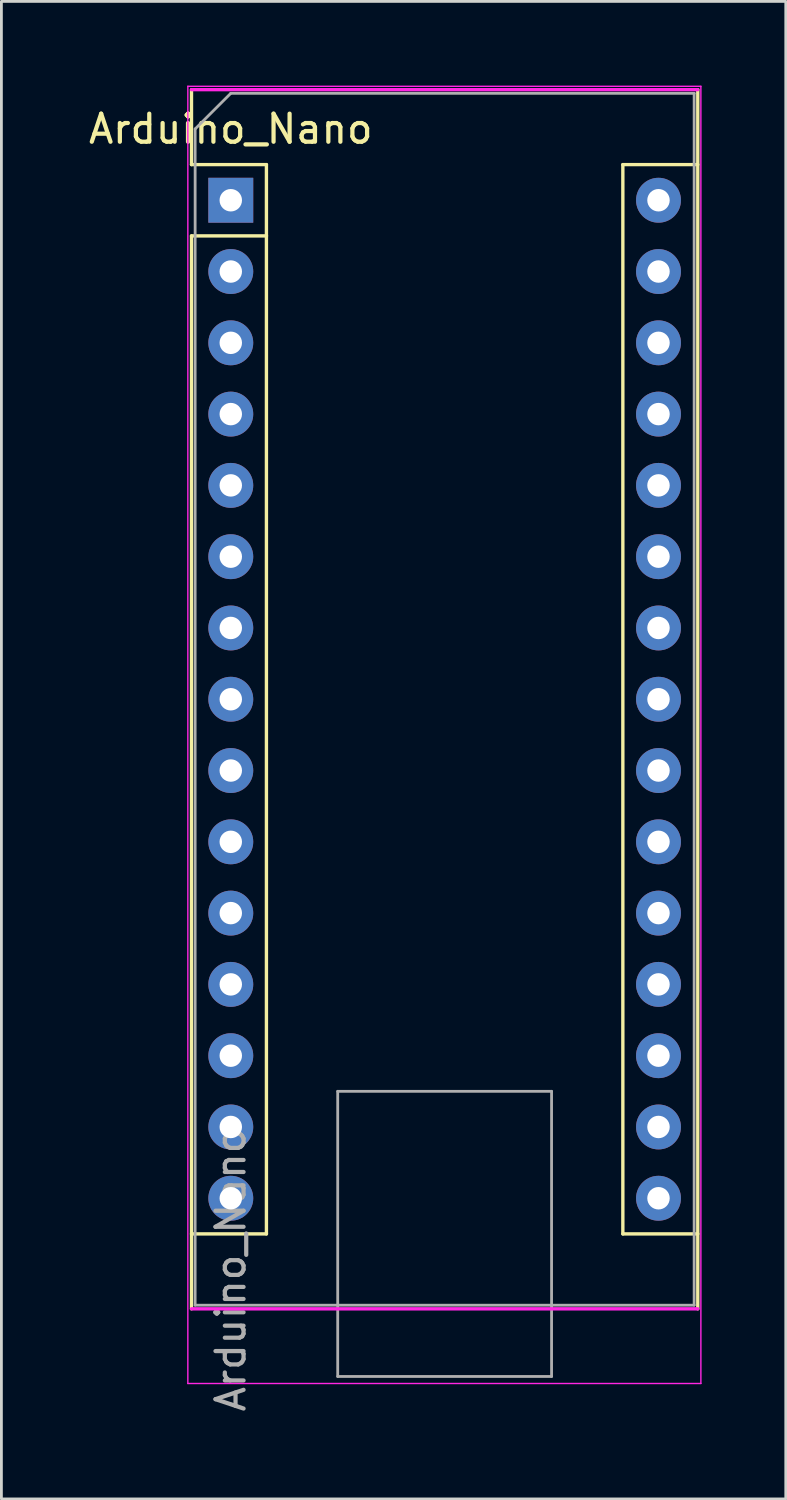
<source format=kicad_pcb>
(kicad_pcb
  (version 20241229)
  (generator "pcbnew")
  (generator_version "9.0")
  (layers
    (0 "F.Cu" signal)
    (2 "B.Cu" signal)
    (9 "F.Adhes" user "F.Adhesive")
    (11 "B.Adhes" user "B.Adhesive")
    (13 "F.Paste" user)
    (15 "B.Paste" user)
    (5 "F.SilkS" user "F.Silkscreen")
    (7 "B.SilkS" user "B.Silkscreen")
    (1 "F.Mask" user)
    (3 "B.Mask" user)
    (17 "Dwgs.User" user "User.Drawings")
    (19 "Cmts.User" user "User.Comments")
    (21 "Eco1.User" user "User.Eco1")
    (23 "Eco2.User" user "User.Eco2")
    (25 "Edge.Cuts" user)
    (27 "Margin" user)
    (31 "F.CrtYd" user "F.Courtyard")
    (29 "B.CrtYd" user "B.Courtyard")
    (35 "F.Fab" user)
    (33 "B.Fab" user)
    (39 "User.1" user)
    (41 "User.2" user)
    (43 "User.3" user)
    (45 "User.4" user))
  (footprint "Arduino_Nano"
    (layer "F.Cu")
    (at 5.173 4.085)
    (property "Reference" "Arduino_Nano" (at 0 -2.54 0) (layer "F.SilkS") (effects (font (size 1 1) (thickness 0.15))))
    (attr through_hole)
    (fp_line (start -1.4 -3.94) (end -1.4 -1.27) (stroke (width 0.12) (type solid)) (layer "F.SilkS"))
    (fp_line (start -1.4 1.27) (end -1.4 39.5) (stroke (width 0.12) (type solid)) (layer "F.SilkS"))
    (fp_line (start 1.27 -1.27) (end -1.4 -1.27) (stroke (width 0.12) (type solid)) (layer "F.SilkS"))
    (fp_line (start 1.27 1.27) (end -1.4 1.27) (stroke (width 0.12) (type solid)) (layer "F.SilkS"))
    (fp_line (start 1.27 1.27) (end 1.27 -1.27) (stroke (width 0.12) (type solid)) (layer "F.SilkS"))
    (fp_line (start 1.27 1.27) (end 1.27 36.83) (stroke (width 0.12) (type solid)) (layer "F.SilkS"))
    (fp_line (start 1.27 36.83) (end -1.4 36.83) (stroke (width 0.12) (type solid)) (layer "F.SilkS"))
    (fp_line (start 13.97 -1.27) (end 13.97 36.83) (stroke (width 0.12) (type solid)) (layer "F.SilkS"))
    (fp_line (start 13.97 -1.27) (end 16.64 -1.27) (stroke (width 0.12) (type solid)) (layer "F.SilkS"))
    (fp_line (start 13.97 36.83) (end 16.64 36.83) (stroke (width 0.12) (type solid)) (layer "F.SilkS"))
    (fp_line (start 16.64 39.5) (end 16.64 -3.94) (stroke (width 0.12) (type solid)) (layer "F.SilkS"))
    (fp_line (start -1.53 -4.06) (end -1.53 42.16) (stroke (width 0.05) (type solid)) (layer "F.CrtYd"))
    (fp_line (start -1.53 -4.06) (end 16.75 -4.06) (stroke (width 0.05) (type solid)) (layer "F.CrtYd"))
    (fp_line (start -1.4 39.5) (end 16.64 39.5) (stroke (width 0.12) (type solid)) (layer "F.CrtYd"))
    (fp_line (start 16.64 -3.94) (end -1.4 -3.94) (stroke (width 0.12) (type solid)) (layer "F.CrtYd"))
    (fp_line (start 16.75 42.16) (end -1.53 42.16) (stroke (width 0.05) (type solid)) (layer "F.CrtYd"))
    (fp_line (start 16.75 42.16) (end 16.75 -4.06) (stroke (width 0.05) (type solid)) (layer "F.CrtYd"))
    (fp_line (start -1.27 -2.54) (end 0 -3.81) (stroke (width 0.1) (type solid)) (layer "F.Fab"))
    (fp_line (start -1.27 39.37) (end -1.27 -2.54) (stroke (width 0.1) (type solid)) (layer "F.Fab"))
    (fp_line (start 0 -3.81) (end 16.51 -3.81) (stroke (width 0.1) (type solid)) (layer "F.Fab"))
    (fp_line (start 3.81 31.75) (end 11.43 31.75) (stroke (width 0.1) (type solid)) (layer "F.Fab"))
    (fp_line (start 3.81 41.91) (end 3.81 31.75) (stroke (width 0.1) (type solid)) (layer "F.Fab"))
    (fp_line (start 11.43 31.75) (end 11.43 41.91) (stroke (width 0.1) (type solid)) (layer "F.Fab"))
    (fp_line (start 11.43 41.91) (end 3.81 41.91) (stroke (width 0.1) (type solid)) (layer "F.Fab"))
    (fp_line (start 16.51 -3.81) (end 16.51 39.37) (stroke (width 0.1) (type solid)) (layer "F.Fab"))
    (fp_line (start 16.51 39.37) (end -1.27 39.37) (stroke (width 0.1) (type solid)) (layer "F.Fab"))
    (fp_text user "${REFERENCE}" (at 0 38.1 90) (layer "F.Fab") (effects (font (size 1 1) (thickness 0.15))))
    (pad "1" thru_hole rect (at 0 0) (size 1.6 1.6) (drill 0.8) (layers "*.Cu" "*.Mask"))
    (pad "2" thru_hole oval (at 0 2.54) (size 1.6 1.6) (drill 0.8) (layers "*.Cu" "*.Mask"))
    (pad "3" thru_hole oval (at 0 5.08) (size 1.6 1.6) (drill 0.8) (layers "*.Cu" "*.Mask"))
    (pad "4" thru_hole oval (at 0 7.62) (size 1.6 1.6) (drill 0.8) (layers "*.Cu" "*.Mask"))
    (pad "5" thru_hole oval (at 0 10.16) (size 1.6 1.6) (drill 0.8) (layers "*.Cu" "*.Mask"))
    (pad "6" thru_hole oval (at 0 12.7) (size 1.6 1.6) (drill 0.8) (layers "*.Cu" "*.Mask"))
    (pad "7" thru_hole oval (at 0 15.24) (size 1.6 1.6) (drill 0.8) (layers "*.Cu" "*.Mask"))
    (pad "8" thru_hole oval (at 0 17.78) (size 1.6 1.6) (drill 0.8) (layers "*.Cu" "*.Mask"))
    (pad "9" thru_hole oval (at 0 20.32) (size 1.6 1.6) (drill 0.8) (layers "*.Cu" "*.Mask"))
    (pad "10" thru_hole oval (at 0 22.86) (size 1.6 1.6) (drill 0.8) (layers "*.Cu" "*.Mask"))
    (pad "11" thru_hole oval (at 0 25.4) (size 1.6 1.6) (drill 0.8) (layers "*.Cu" "*.Mask"))
    (pad "12" thru_hole oval (at 0 27.94) (size 1.6 1.6) (drill 0.8) (layers "*.Cu" "*.Mask"))
    (pad "13" thru_hole oval (at 0 30.48) (size 1.6 1.6) (drill 0.8) (layers "*.Cu" "*.Mask"))
    (pad "14" thru_hole oval (at 0 33.02) (size 1.6 1.6) (drill 0.8) (layers "*.Cu" "*.Mask"))
    (pad "15" thru_hole oval (at 0 35.56) (size 1.6 1.6) (drill 0.8) (layers "*.Cu" "*.Mask"))
    (pad "16" thru_hole oval (at 15.24 35.56) (size 1.6 1.6) (drill 0.8) (layers "*.Cu" "*.Mask"))
    (pad "17" thru_hole oval (at 15.24 33.02) (size 1.6 1.6) (drill 0.8) (layers "*.Cu" "*.Mask"))
    (pad "18" thru_hole oval (at 15.24 30.48) (size 1.6 1.6) (drill 0.8) (layers "*.Cu" "*.Mask"))
    (pad "19" thru_hole oval (at 15.24 27.94) (size 1.6 1.6) (drill 0.8) (layers "*.Cu" "*.Mask"))
    (pad "20" thru_hole oval (at 15.24 25.4) (size 1.6 1.6) (drill 0.8) (layers "*.Cu" "*.Mask"))
    (pad "21" thru_hole oval (at 15.24 22.86) (size 1.6 1.6) (drill 0.8) (layers "*.Cu" "*.Mask"))
    (pad "22" thru_hole oval (at 15.24 20.32) (size 1.6 1.6) (drill 0.8) (layers "*.Cu" "*.Mask"))
    (pad "23" thru_hole oval (at 15.24 17.78) (size 1.6 1.6) (drill 0.8) (layers "*.Cu" "*.Mask"))
    (pad "24" thru_hole oval (at 15.24 15.24) (size 1.6 1.6) (drill 0.8) (layers "*.Cu" "*.Mask"))
    (pad "25" thru_hole oval (at 15.24 12.7) (size 1.6 1.6) (drill 0.8) (layers "*.Cu" "*.Mask"))
    (pad "26" thru_hole oval (at 15.24 10.16) (size 1.6 1.6) (drill 0.8) (layers "*.Cu" "*.Mask"))
    (pad "27" thru_hole oval (at 15.24 7.62) (size 1.6 1.6) (drill 0.8) (layers "*.Cu" "*.Mask"))
    (pad "28" thru_hole oval (at 15.24 5.08) (size 1.6 1.6) (drill 0.8) (layers "*.Cu" "*.Mask"))
    (pad "29" thru_hole oval (at 15.24 2.54) (size 1.6 1.6) (drill 0.8) (layers "*.Cu" "*.Mask"))
    (pad "30" thru_hole oval (at 15.24 0) (size 1.6 1.6) (drill 0.8) (layers "*.Cu" "*.Mask")))
  (gr_rect
    (start -3 -3)
    (end 24.948 50.358)
    (stroke (width 0.1) (type default))
    (fill no)
    (layer "Edge.Cuts")))
</source>
